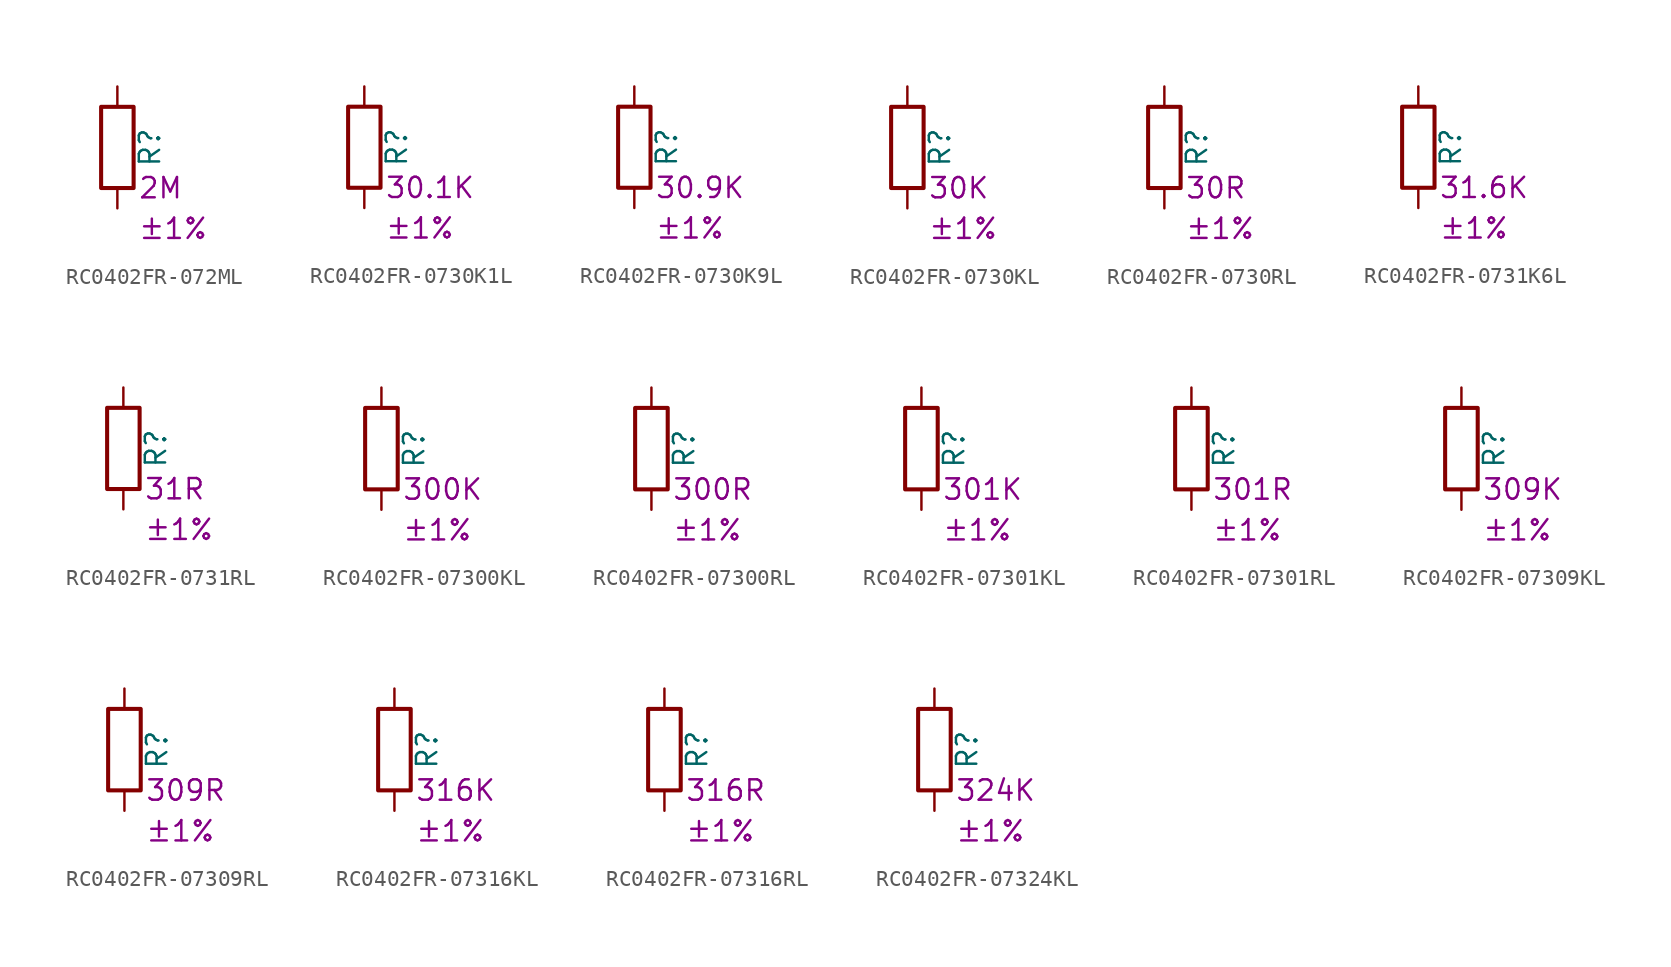
<source format=kicad_sym>
(kicad_symbol_lib
  (version 20220914)
  (generator kicad_symbol_editor)
  (symbol "RC0402FR-072ML"
    (pin_numbers hide)
    (pin_names
      (offset 0))
    (property "Reference" "R"
      (at 2.032 0 90)
      (effects (font (size 1.27 1.27))))
    (property "Resistance" "2M"
      (at 1.27 -2.54 0)
      (effects (font (size 1.27 1.27)) (justify left)))
    (property "Tolerance" "±1%"
      (at 1.27 -5.08 0)
      (effects (font (size 1.27 1.27)) (justify left)))
    (symbol "RC0402FR-072ML_0_1"
      (rectangle (start -1.016 -2.54) (end 1.016 2.54) (stroke (width 0.254) (type default)) (fill (type none))))
    (symbol "RC0402FR-072ML_1_1"
      (pin passive line (at 0 3.81 270) (length 1.27) (name "~" (effects (font (size 1.27 1.27)))) (number "1" (effects (font (size 1.27 1.27)))))
      (pin passive line (at 0 -3.81 90) (length 1.27) (name "~" (effects (font (size 1.27 1.27)))) (number "2" (effects (font (size 1.27 1.27)))))))
  (symbol "RC0402FR-0730K1L"
    (pin_numbers hide)
    (pin_names
      (offset 0))
    (property "Reference" "R"
      (at 2.032 0 90)
      (effects (font (size 1.27 1.27))))
    (property "Resistance" "30.1K"
      (at 1.27 -2.54 0)
      (effects (font (size 1.27 1.27)) (justify left)))
    (property "Tolerance" "±1%"
      (at 1.27 -5.08 0)
      (effects (font (size 1.27 1.27)) (justify left)))
    (symbol "RC0402FR-0730K1L_0_1"
      (rectangle (start -1.016 -2.54) (end 1.016 2.54) (stroke (width 0.254) (type default)) (fill (type none))))
    (symbol "RC0402FR-0730K1L_1_1"
      (pin passive line (at 0 3.81 270) (length 1.27) (name "~" (effects (font (size 1.27 1.27)))) (number "1" (effects (font (size 1.27 1.27)))))
      (pin passive line (at 0 -3.81 90) (length 1.27) (name "~" (effects (font (size 1.27 1.27)))) (number "2" (effects (font (size 1.27 1.27)))))))
  (symbol "RC0402FR-0730K9L"
    (pin_numbers hide)
    (pin_names
      (offset 0))
    (property "Reference" "R"
      (at 2.032 0 90)
      (effects (font (size 1.27 1.27))))
    (property "Resistance" "30.9K"
      (at 1.27 -2.54 0)
      (effects (font (size 1.27 1.27)) (justify left)))
    (property "Tolerance" "±1%"
      (at 1.27 -5.08 0)
      (effects (font (size 1.27 1.27)) (justify left)))
    (symbol "RC0402FR-0730K9L_0_1"
      (rectangle (start -1.016 -2.54) (end 1.016 2.54) (stroke (width 0.254) (type default)) (fill (type none))))
    (symbol "RC0402FR-0730K9L_1_1"
      (pin passive line (at 0 3.81 270) (length 1.27) (name "~" (effects (font (size 1.27 1.27)))) (number "1" (effects (font (size 1.27 1.27)))))
      (pin passive line (at 0 -3.81 90) (length 1.27) (name "~" (effects (font (size 1.27 1.27)))) (number "2" (effects (font (size 1.27 1.27)))))))
  (symbol "RC0402FR-0730KL"
    (pin_numbers hide)
    (pin_names
      (offset 0))
    (property "Reference" "R"
      (at 2.032 0 90)
      (effects (font (size 1.27 1.27))))
    (property "Resistance" "30K"
      (at 1.27 -2.54 0)
      (effects (font (size 1.27 1.27)) (justify left)))
    (property "Tolerance" "±1%"
      (at 1.27 -5.08 0)
      (effects (font (size 1.27 1.27)) (justify left)))
    (symbol "RC0402FR-0730KL_0_1"
      (rectangle (start -1.016 -2.54) (end 1.016 2.54) (stroke (width 0.254) (type default)) (fill (type none))))
    (symbol "RC0402FR-0730KL_1_1"
      (pin passive line (at 0 3.81 270) (length 1.27) (name "~" (effects (font (size 1.27 1.27)))) (number "1" (effects (font (size 1.27 1.27)))))
      (pin passive line (at 0 -3.81 90) (length 1.27) (name "~" (effects (font (size 1.27 1.27)))) (number "2" (effects (font (size 1.27 1.27)))))))
  (symbol "RC0402FR-0730RL"
    (pin_numbers hide)
    (pin_names
      (offset 0))
    (property "Reference" "R"
      (at 2.032 0 90)
      (effects (font (size 1.27 1.27))))
    (property "Resistance" "30R"
      (at 1.27 -2.54 0)
      (effects (font (size 1.27 1.27)) (justify left)))
    (property "Tolerance" "±1%"
      (at 1.27 -5.08 0)
      (effects (font (size 1.27 1.27)) (justify left)))
    (symbol "RC0402FR-0730RL_0_1"
      (rectangle (start -1.016 -2.54) (end 1.016 2.54) (stroke (width 0.254) (type default)) (fill (type none))))
    (symbol "RC0402FR-0730RL_1_1"
      (pin passive line (at 0 3.81 270) (length 1.27) (name "~" (effects (font (size 1.27 1.27)))) (number "1" (effects (font (size 1.27 1.27)))))
      (pin passive line (at 0 -3.81 90) (length 1.27) (name "~" (effects (font (size 1.27 1.27)))) (number "2" (effects (font (size 1.27 1.27)))))))
  (symbol "RC0402FR-0731K6L"
    (pin_numbers hide)
    (pin_names
      (offset 0))
    (property "Reference" "R"
      (at 2.032 0 90)
      (effects (font (size 1.27 1.27))))
    (property "Resistance" "31.6K"
      (at 1.27 -2.54 0)
      (effects (font (size 1.27 1.27)) (justify left)))
    (property "Tolerance" "±1%"
      (at 1.27 -5.08 0)
      (effects (font (size 1.27 1.27)) (justify left)))
    (symbol "RC0402FR-0731K6L_0_1"
      (rectangle (start -1.016 -2.54) (end 1.016 2.54) (stroke (width 0.254) (type default)) (fill (type none))))
    (symbol "RC0402FR-0731K6L_1_1"
      (pin passive line (at 0 3.81 270) (length 1.27) (name "~" (effects (font (size 1.27 1.27)))) (number "1" (effects (font (size 1.27 1.27)))))
      (pin passive line (at 0 -3.81 90) (length 1.27) (name "~" (effects (font (size 1.27 1.27)))) (number "2" (effects (font (size 1.27 1.27)))))))
  (symbol "RC0402FR-0731RL"
    (pin_numbers hide)
    (pin_names
      (offset 0))
    (property "Reference" "R"
      (at 2.032 0 90)
      (effects (font (size 1.27 1.27))))
    (property "Resistance" "31R"
      (at 1.27 -2.54 0)
      (effects (font (size 1.27 1.27)) (justify left)))
    (property "Tolerance" "±1%"
      (at 1.27 -5.08 0)
      (effects (font (size 1.27 1.27)) (justify left)))
    (symbol "RC0402FR-0731RL_0_1"
      (rectangle (start -1.016 -2.54) (end 1.016 2.54) (stroke (width 0.254) (type default)) (fill (type none))))
    (symbol "RC0402FR-0731RL_1_1"
      (pin passive line (at 0 3.81 270) (length 1.27) (name "~" (effects (font (size 1.27 1.27)))) (number "1" (effects (font (size 1.27 1.27)))))
      (pin passive line (at 0 -3.81 90) (length 1.27) (name "~" (effects (font (size 1.27 1.27)))) (number "2" (effects (font (size 1.27 1.27)))))))
  (symbol "RC0402FR-07300KL"
    (pin_numbers hide)
    (pin_names
      (offset 0))
    (property "Reference" "R"
      (at 2.032 0 90)
      (effects (font (size 1.27 1.27))))
    (property "Resistance" "300K"
      (at 1.27 -2.54 0)
      (effects (font (size 1.27 1.27)) (justify left)))
    (property "Tolerance" "±1%"
      (at 1.27 -5.08 0)
      (effects (font (size 1.27 1.27)) (justify left)))
    (symbol "RC0402FR-07300KL_0_1"
      (rectangle (start -1.016 -2.54) (end 1.016 2.54) (stroke (width 0.254) (type default)) (fill (type none))))
    (symbol "RC0402FR-07300KL_1_1"
      (pin passive line (at 0 3.81 270) (length 1.27) (name "~" (effects (font (size 1.27 1.27)))) (number "1" (effects (font (size 1.27 1.27)))))
      (pin passive line (at 0 -3.81 90) (length 1.27) (name "~" (effects (font (size 1.27 1.27)))) (number "2" (effects (font (size 1.27 1.27)))))))
  (symbol "RC0402FR-07300RL"
    (pin_numbers hide)
    (pin_names
      (offset 0))
    (property "Reference" "R"
      (at 2.032 0 90)
      (effects (font (size 1.27 1.27))))
    (property "Resistance" "300R"
      (at 1.27 -2.54 0)
      (effects (font (size 1.27 1.27)) (justify left)))
    (property "Tolerance" "±1%"
      (at 1.27 -5.08 0)
      (effects (font (size 1.27 1.27)) (justify left)))
    (symbol "RC0402FR-07300RL_0_1"
      (rectangle (start -1.016 -2.54) (end 1.016 2.54) (stroke (width 0.254) (type default)) (fill (type none))))
    (symbol "RC0402FR-07300RL_1_1"
      (pin passive line (at 0 3.81 270) (length 1.27) (name "~" (effects (font (size 1.27 1.27)))) (number "1" (effects (font (size 1.27 1.27)))))
      (pin passive line (at 0 -3.81 90) (length 1.27) (name "~" (effects (font (size 1.27 1.27)))) (number "2" (effects (font (size 1.27 1.27)))))))
  (symbol "RC0402FR-07301KL"
    (pin_numbers hide)
    (pin_names
      (offset 0))
    (property "Reference" "R"
      (at 2.032 0 90)
      (effects (font (size 1.27 1.27))))
    (property "Resistance" "301K"
      (at 1.27 -2.54 0)
      (effects (font (size 1.27 1.27)) (justify left)))
    (property "Tolerance" "±1%"
      (at 1.27 -5.08 0)
      (effects (font (size 1.27 1.27)) (justify left)))
    (symbol "RC0402FR-07301KL_0_1"
      (rectangle (start -1.016 -2.54) (end 1.016 2.54) (stroke (width 0.254) (type default)) (fill (type none))))
    (symbol "RC0402FR-07301KL_1_1"
      (pin passive line (at 0 3.81 270) (length 1.27) (name "~" (effects (font (size 1.27 1.27)))) (number "1" (effects (font (size 1.27 1.27)))))
      (pin passive line (at 0 -3.81 90) (length 1.27) (name "~" (effects (font (size 1.27 1.27)))) (number "2" (effects (font (size 1.27 1.27)))))))
  (symbol "RC0402FR-07301RL"
    (pin_numbers hide)
    (pin_names
      (offset 0))
    (property "Reference" "R"
      (at 2.032 0 90)
      (effects (font (size 1.27 1.27))))
    (property "Resistance" "301R"
      (at 1.27 -2.54 0)
      (effects (font (size 1.27 1.27)) (justify left)))
    (property "Tolerance" "±1%"
      (at 1.27 -5.08 0)
      (effects (font (size 1.27 1.27)) (justify left)))
    (symbol "RC0402FR-07301RL_0_1"
      (rectangle (start -1.016 -2.54) (end 1.016 2.54) (stroke (width 0.254) (type default)) (fill (type none))))
    (symbol "RC0402FR-07301RL_1_1"
      (pin passive line (at 0 3.81 270) (length 1.27) (name "~" (effects (font (size 1.27 1.27)))) (number "1" (effects (font (size 1.27 1.27)))))
      (pin passive line (at 0 -3.81 90) (length 1.27) (name "~" (effects (font (size 1.27 1.27)))) (number "2" (effects (font (size 1.27 1.27)))))))
  (symbol "RC0402FR-07309KL"
    (pin_numbers hide)
    (pin_names
      (offset 0))
    (property "Reference" "R"
      (at 2.032 0 90)
      (effects (font (size 1.27 1.27))))
    (property "Resistance" "309K"
      (at 1.27 -2.54 0)
      (effects (font (size 1.27 1.27)) (justify left)))
    (property "Tolerance" "±1%"
      (at 1.27 -5.08 0)
      (effects (font (size 1.27 1.27)) (justify left)))
    (symbol "RC0402FR-07309KL_0_1"
      (rectangle (start -1.016 -2.54) (end 1.016 2.54) (stroke (width 0.254) (type default)) (fill (type none))))
    (symbol "RC0402FR-07309KL_1_1"
      (pin passive line (at 0 3.81 270) (length 1.27) (name "~" (effects (font (size 1.27 1.27)))) (number "1" (effects (font (size 1.27 1.27)))))
      (pin passive line (at 0 -3.81 90) (length 1.27) (name "~" (effects (font (size 1.27 1.27)))) (number "2" (effects (font (size 1.27 1.27)))))))
  (symbol "RC0402FR-07309RL"
    (pin_numbers hide)
    (pin_names
      (offset 0))
    (property "Reference" "R"
      (at 2.032 0 90)
      (effects (font (size 1.27 1.27))))
    (property "Resistance" "309R"
      (at 1.27 -2.54 0)
      (effects (font (size 1.27 1.27)) (justify left)))
    (property "Tolerance" "±1%"
      (at 1.27 -5.08 0)
      (effects (font (size 1.27 1.27)) (justify left)))
    (symbol "RC0402FR-07309RL_0_1"
      (rectangle (start -1.016 -2.54) (end 1.016 2.54) (stroke (width 0.254) (type default)) (fill (type none))))
    (symbol "RC0402FR-07309RL_1_1"
      (pin passive line (at 0 3.81 270) (length 1.27) (name "~" (effects (font (size 1.27 1.27)))) (number "1" (effects (font (size 1.27 1.27)))))
      (pin passive line (at 0 -3.81 90) (length 1.27) (name "~" (effects (font (size 1.27 1.27)))) (number "2" (effects (font (size 1.27 1.27)))))))
  (symbol "RC0402FR-07316KL"
    (pin_numbers hide)
    (pin_names
      (offset 0))
    (property "Reference" "R"
      (at 2.032 0 90)
      (effects (font (size 1.27 1.27))))
    (property "Resistance" "316K"
      (at 1.27 -2.54 0)
      (effects (font (size 1.27 1.27)) (justify left)))
    (property "Tolerance" "±1%"
      (at 1.27 -5.08 0)
      (effects (font (size 1.27 1.27)) (justify left)))
    (symbol "RC0402FR-07316KL_0_1"
      (rectangle (start -1.016 -2.54) (end 1.016 2.54) (stroke (width 0.254) (type default)) (fill (type none))))
    (symbol "RC0402FR-07316KL_1_1"
      (pin passive line (at 0 3.81 270) (length 1.27) (name "~" (effects (font (size 1.27 1.27)))) (number "1" (effects (font (size 1.27 1.27)))))
      (pin passive line (at 0 -3.81 90) (length 1.27) (name "~" (effects (font (size 1.27 1.27)))) (number "2" (effects (font (size 1.27 1.27)))))))
  (symbol "RC0402FR-07316RL"
    (pin_numbers hide)
    (pin_names
      (offset 0))
    (property "Reference" "R"
      (at 2.032 0 90)
      (effects (font (size 1.27 1.27))))
    (property "Resistance" "316R"
      (at 1.27 -2.54 0)
      (effects (font (size 1.27 1.27)) (justify left)))
    (property "Tolerance" "±1%"
      (at 1.27 -5.08 0)
      (effects (font (size 1.27 1.27)) (justify left)))
    (symbol "RC0402FR-07316RL_0_1"
      (rectangle (start -1.016 -2.54) (end 1.016 2.54) (stroke (width 0.254) (type default)) (fill (type none))))
    (symbol "RC0402FR-07316RL_1_1"
      (pin passive line (at 0 3.81 270) (length 1.27) (name "~" (effects (font (size 1.27 1.27)))) (number "1" (effects (font (size 1.27 1.27)))))
      (pin passive line (at 0 -3.81 90) (length 1.27) (name "~" (effects (font (size 1.27 1.27)))) (number "2" (effects (font (size 1.27 1.27)))))))
  (symbol "RC0402FR-07324KL"
    (pin_numbers hide)
    (pin_names
      (offset 0))
    (property "Reference" "R"
      (at 2.032 0 90)
      (effects (font (size 1.27 1.27))))
    (property "Resistance" "324K"
      (at 1.27 -2.54 0)
      (effects (font (size 1.27 1.27)) (justify left)))
    (property "Tolerance" "±1%"
      (at 1.27 -5.08 0)
      (effects (font (size 1.27 1.27)) (justify left)))
    (symbol "RC0402FR-07324KL_0_1"
      (rectangle (start -1.016 -2.54) (end 1.016 2.54) (stroke (width 0.254) (type default)) (fill (type none))))
    (symbol "RC0402FR-07324KL_1_1"
      (pin passive line (at 0 3.81 270) (length 1.27) (name "~" (effects (font (size 1.27 1.27)))) (number "1" (effects (font (size 1.27 1.27)))))
      (pin passive line (at 0 -3.81 90) (length 1.27) (name "~" (effects (font (size 1.27 1.27)))) (number "2" (effects (font (size 1.27 1.27))))))))
</source>
